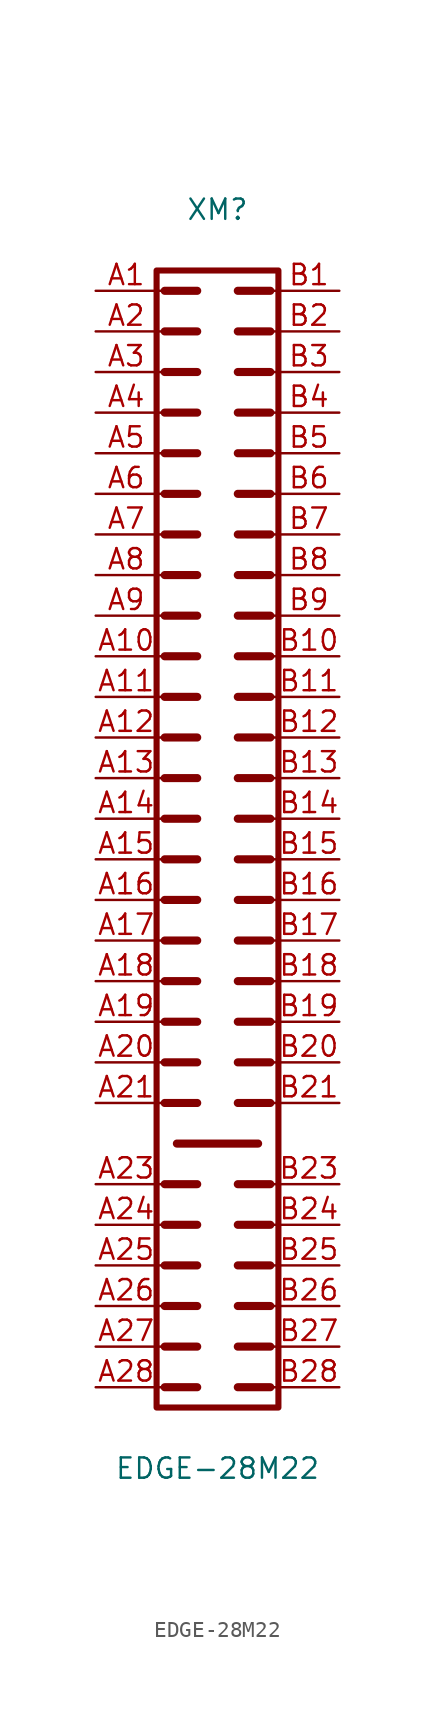
<source format=kicad_sym>
(kicad_symbol_lib
  (version 20231120)
  (generator "kicad_symbol_editor")
  (generator_version "8.0")
  (symbol "EDGE-28M22"
    (pin_names
      (offset 1.016))
    (property "Reference" "XM"
      (at 0 39.37 0)
      (effects (font (size 1.27 1.27))))
    (property "Value" "EDGE-28M22"
      (at 0 -39.37 0)
      (effects (font (size 1.27 1.27))))
    (symbol "EDGE-28M22_0_0"
      (polyline (pts (xy -2.54 -19.05) (xy 2.54 -19.05)) (stroke (width 0.508) (type default)) (fill (type none))))
    (symbol "EDGE-28M22_0_1"
      (rectangle (start -3.81 35.56) (end 3.81 -35.56) (stroke (width 0.381) (type default)) (fill (type none)))
      (polyline (pts (xy -3.81 -34.29) (xy -3.302 -34.29)) (stroke (width 0) (type default)) (fill (type none)))
      (polyline (pts (xy -3.81 -31.75) (xy -3.302 -31.75)) (stroke (width 0) (type default)) (fill (type none)))
      (polyline (pts (xy -3.81 -29.21) (xy -3.302 -29.21)) (stroke (width 0) (type default)) (fill (type none)))
      (polyline (pts (xy -3.81 -26.67) (xy -3.302 -26.67)) (stroke (width 0) (type default)) (fill (type none)))
      (polyline (pts (xy -3.81 -24.13) (xy -3.302 -24.13)) (stroke (width 0) (type default)) (fill (type none)))
      (polyline (pts (xy -3.81 -21.59) (xy -3.302 -21.59)) (stroke (width 0) (type default)) (fill (type none)))
      (polyline (pts (xy -3.81 -16.51) (xy -3.302 -16.51)) (stroke (width 0) (type default)) (fill (type none)))
      (polyline (pts (xy -3.81 -13.97) (xy -3.302 -13.97)) (stroke (width 0) (type default)) (fill (type none)))
      (polyline (pts (xy -3.81 -11.43) (xy -3.302 -11.43)) (stroke (width 0) (type default)) (fill (type none)))
      (polyline (pts (xy -3.81 -8.89) (xy -3.302 -8.89)) (stroke (width 0) (type default)) (fill (type none)))
      (polyline (pts (xy -3.81 -6.35) (xy -3.302 -6.35)) (stroke (width 0) (type default)) (fill (type none)))
      (polyline (pts (xy -3.81 -3.81) (xy -3.302 -3.81)) (stroke (width 0) (type default)) (fill (type none)))
      (polyline (pts (xy -3.81 -1.27) (xy -3.302 -1.27)) (stroke (width 0) (type default)) (fill (type none)))
      (polyline (pts (xy -3.81 1.27) (xy -3.302 1.27)) (stroke (width 0) (type default)) (fill (type none)))
      (polyline (pts (xy -3.81 3.81) (xy -3.302 3.81)) (stroke (width 0) (type default)) (fill (type none)))
      (polyline (pts (xy -3.81 6.35) (xy -3.302 6.35)) (stroke (width 0) (type default)) (fill (type none)))
      (polyline (pts (xy -3.81 8.89) (xy -3.302 8.89)) (stroke (width 0) (type default)) (fill (type none)))
      (polyline (pts (xy -3.81 11.43) (xy -3.302 11.43)) (stroke (width 0) (type default)) (fill (type none)))
      (polyline (pts (xy -3.81 13.97) (xy -3.302 13.97)) (stroke (width 0) (type default)) (fill (type none)))
      (polyline (pts (xy -3.81 16.51) (xy -3.302 16.51)) (stroke (width 0) (type default)) (fill (type none)))
      (polyline (pts (xy -3.81 19.05) (xy -3.302 19.05)) (stroke (width 0) (type default)) (fill (type none)))
      (polyline (pts (xy -3.81 21.59) (xy -3.302 21.59)) (stroke (width 0) (type default)) (fill (type none)))
      (polyline (pts (xy -3.81 24.13) (xy -3.302 24.13)) (stroke (width 0) (type default)) (fill (type none)))
      (polyline (pts (xy -3.81 26.67) (xy -3.302 26.67)) (stroke (width 0) (type default)) (fill (type none)))
      (polyline (pts (xy -3.81 29.21) (xy -3.302 29.21)) (stroke (width 0) (type default)) (fill (type none)))
      (polyline (pts (xy -3.81 31.75) (xy -3.302 31.75)) (stroke (width 0) (type default)) (fill (type none)))
      (polyline (pts (xy -3.81 34.29) (xy -3.302 34.29)) (stroke (width 0) (type default)) (fill (type none)))
      (polyline (pts (xy -3.302 -34.29) (xy -1.27 -34.29)) (stroke (width 0.508) (type default)) (fill (type none)))
      (polyline (pts (xy -3.302 -31.75) (xy -1.27 -31.75)) (stroke (width 0.508) (type default)) (fill (type none)))
      (polyline (pts (xy -3.302 -29.21) (xy -1.27 -29.21)) (stroke (width 0.508) (type default)) (fill (type none)))
      (polyline (pts (xy -3.302 -26.67) (xy -1.27 -26.67)) (stroke (width 0.508) (type default)) (fill (type none)))
      (polyline (pts (xy -3.302 -24.13) (xy -1.27 -24.13)) (stroke (width 0.508) (type default)) (fill (type none)))
      (polyline (pts (xy -3.302 -21.59) (xy -1.27 -21.59)) (stroke (width 0.508) (type default)) (fill (type none)))
      (polyline (pts (xy -3.302 -16.51) (xy -1.27 -16.51)) (stroke (width 0.508) (type default)) (fill (type none)))
      (polyline (pts (xy -3.302 -13.97) (xy -1.27 -13.97)) (stroke (width 0.508) (type default)) (fill (type none)))
      (polyline (pts (xy -3.302 -11.43) (xy -1.27 -11.43)) (stroke (width 0.508) (type default)) (fill (type none)))
      (polyline (pts (xy -3.302 -8.89) (xy -1.27 -8.89)) (stroke (width 0.508) (type default)) (fill (type none)))
      (polyline (pts (xy -3.302 -6.35) (xy -1.27 -6.35)) (stroke (width 0.508) (type default)) (fill (type none)))
      (polyline (pts (xy -3.302 -3.81) (xy -1.27 -3.81)) (stroke (width 0.508) (type default)) (fill (type none)))
      (polyline (pts (xy -3.302 -1.27) (xy -1.27 -1.27)) (stroke (width 0.508) (type default)) (fill (type none)))
      (polyline (pts (xy -3.302 1.27) (xy -1.27 1.27)) (stroke (width 0.508) (type default)) (fill (type none)))
      (polyline (pts (xy -3.302 3.81) (xy -1.27 3.81)) (stroke (width 0.508) (type default)) (fill (type none)))
      (polyline (pts (xy -3.302 6.35) (xy -1.27 6.35)) (stroke (width 0.508) (type default)) (fill (type none)))
      (polyline (pts (xy -3.302 8.89) (xy -1.27 8.89)) (stroke (width 0.508) (type default)) (fill (type none)))
      (polyline (pts (xy -3.302 11.43) (xy -1.27 11.43)) (stroke (width 0.508) (type default)) (fill (type none)))
      (polyline (pts (xy -3.302 13.97) (xy -1.27 13.97)) (stroke (width 0.508) (type default)) (fill (type none)))
      (polyline (pts (xy -3.302 16.51) (xy -1.27 16.51)) (stroke (width 0.508) (type default)) (fill (type none)))
      (polyline (pts (xy -3.302 19.05) (xy -1.27 19.05)) (stroke (width 0.508) (type default)) (fill (type none)))
      (polyline (pts (xy -3.302 21.59) (xy -1.27 21.59)) (stroke (width 0.508) (type default)) (fill (type none)))
      (polyline (pts (xy -3.302 24.13) (xy -1.27 24.13)) (stroke (width 0.508) (type default)) (fill (type none)))
      (polyline (pts (xy -3.302 26.67) (xy -1.27 26.67)) (stroke (width 0.508) (type default)) (fill (type none)))
      (polyline (pts (xy -3.302 29.21) (xy -1.27 29.21)) (stroke (width 0.508) (type default)) (fill (type none)))
      (polyline (pts (xy -3.302 31.75) (xy -1.27 31.75)) (stroke (width 0.508) (type default)) (fill (type none)))
      (polyline (pts (xy -3.302 34.29) (xy -1.27 34.29)) (stroke (width 0.508) (type default)) (fill (type none)))
      (polyline (pts (xy 3.302 -34.29) (xy 1.27 -34.29)) (stroke (width 0.508) (type default)) (fill (type none)))
      (polyline (pts (xy 3.302 -31.75) (xy 1.27 -31.75)) (stroke (width 0.508) (type default)) (fill (type none)))
      (polyline (pts (xy 3.302 -29.21) (xy 1.27 -29.21)) (stroke (width 0.508) (type default)) (fill (type none)))
      (polyline (pts (xy 3.302 -26.67) (xy 1.27 -26.67)) (stroke (width 0.508) (type default)) (fill (type none)))
      (polyline (pts (xy 3.302 -24.13) (xy 1.27 -24.13)) (stroke (width 0.508) (type default)) (fill (type none)))
      (polyline (pts (xy 3.302 -21.59) (xy 1.27 -21.59)) (stroke (width 0.508) (type default)) (fill (type none)))
      (polyline (pts (xy 3.302 -16.51) (xy 1.27 -16.51)) (stroke (width 0.508) (type default)) (fill (type none)))
      (polyline (pts (xy 3.302 -13.97) (xy 1.27 -13.97)) (stroke (width 0.508) (type default)) (fill (type none)))
      (polyline (pts (xy 3.302 -11.43) (xy 1.27 -11.43)) (stroke (width 0.508) (type default)) (fill (type none)))
      (polyline (pts (xy 3.302 -8.89) (xy 1.27 -8.89)) (stroke (width 0.508) (type default)) (fill (type none)))
      (polyline (pts (xy 3.302 -6.35) (xy 1.27 -6.35)) (stroke (width 0.508) (type default)) (fill (type none)))
      (polyline (pts (xy 3.302 -3.81) (xy 1.27 -3.81)) (stroke (width 0.508) (type default)) (fill (type none)))
      (polyline (pts (xy 3.302 -1.27) (xy 1.27 -1.27)) (stroke (width 0.508) (type default)) (fill (type none)))
      (polyline (pts (xy 3.302 1.27) (xy 1.27 1.27)) (stroke (width 0.508) (type default)) (fill (type none)))
      (polyline (pts (xy 3.302 3.81) (xy 1.27 3.81)) (stroke (width 0.508) (type default)) (fill (type none)))
      (polyline (pts (xy 3.302 6.35) (xy 1.27 6.35)) (stroke (width 0.508) (type default)) (fill (type none)))
      (polyline (pts (xy 3.302 8.89) (xy 1.27 8.89)) (stroke (width 0.508) (type default)) (fill (type none)))
      (polyline (pts (xy 3.302 11.43) (xy 1.27 11.43)) (stroke (width 0.508) (type default)) (fill (type none)))
      (polyline (pts (xy 3.302 13.97) (xy 1.27 13.97)) (stroke (width 0.508) (type default)) (fill (type none)))
      (polyline (pts (xy 3.302 16.51) (xy 1.27 16.51)) (stroke (width 0.508) (type default)) (fill (type none)))
      (polyline (pts (xy 3.302 19.05) (xy 1.27 19.05)) (stroke (width 0.508) (type default)) (fill (type none)))
      (polyline (pts (xy 3.302 21.59) (xy 1.27 21.59)) (stroke (width 0.508) (type default)) (fill (type none)))
      (polyline (pts (xy 3.302 24.13) (xy 1.27 24.13)) (stroke (width 0.508) (type default)) (fill (type none)))
      (polyline (pts (xy 3.302 26.67) (xy 1.27 26.67)) (stroke (width 0.508) (type default)) (fill (type none)))
      (polyline (pts (xy 3.302 29.21) (xy 1.27 29.21)) (stroke (width 0.508) (type default)) (fill (type none)))
      (polyline (pts (xy 3.302 31.75) (xy 1.27 31.75)) (stroke (width 0.508) (type default)) (fill (type none)))
      (polyline (pts (xy 3.302 34.29) (xy 1.27 34.29)) (stroke (width 0.508) (type default)) (fill (type none)))
      (polyline (pts (xy 3.81 -34.29) (xy 3.302 -34.29)) (stroke (width 0) (type default)) (fill (type none)))
      (polyline (pts (xy 3.81 -31.75) (xy 3.302 -31.75)) (stroke (width 0) (type default)) (fill (type none)))
      (polyline (pts (xy 3.81 -29.21) (xy 3.302 -29.21)) (stroke (width 0) (type default)) (fill (type none)))
      (polyline (pts (xy 3.81 -26.67) (xy 3.302 -26.67)) (stroke (width 0) (type default)) (fill (type none)))
      (polyline (pts (xy 3.81 -24.13) (xy 3.302 -24.13)) (stroke (width 0) (type default)) (fill (type none)))
      (polyline (pts (xy 3.81 -21.59) (xy 3.302 -21.59)) (stroke (width 0) (type default)) (fill (type none)))
      (polyline (pts (xy 3.81 -16.51) (xy 3.302 -16.51)) (stroke (width 0) (type default)) (fill (type none)))
      (polyline (pts (xy 3.81 -13.97) (xy 3.302 -13.97)) (stroke (width 0) (type default)) (fill (type none)))
      (polyline (pts (xy 3.81 -11.43) (xy 3.302 -11.43)) (stroke (width 0) (type default)) (fill (type none)))
      (polyline (pts (xy 3.81 -8.89) (xy 3.302 -8.89)) (stroke (width 0) (type default)) (fill (type none)))
      (polyline (pts (xy 3.81 -6.35) (xy 3.302 -6.35)) (stroke (width 0) (type default)) (fill (type none)))
      (polyline (pts (xy 3.81 -3.81) (xy 3.302 -3.81)) (stroke (width 0) (type default)) (fill (type none)))
      (polyline (pts (xy 3.81 -1.27) (xy 3.302 -1.27)) (stroke (width 0) (type default)) (fill (type none)))
      (polyline (pts (xy 3.81 1.27) (xy 3.302 1.27)) (stroke (width 0) (type default)) (fill (type none)))
      (polyline (pts (xy 3.81 3.81) (xy 3.302 3.81)) (stroke (width 0) (type default)) (fill (type none)))
      (polyline (pts (xy 3.81 6.35) (xy 3.302 6.35)) (stroke (width 0) (type default)) (fill (type none)))
      (polyline (pts (xy 3.81 8.89) (xy 3.302 8.89)) (stroke (width 0) (type default)) (fill (type none)))
      (polyline (pts (xy 3.81 11.43) (xy 3.302 11.43)) (stroke (width 0) (type default)) (fill (type none)))
      (polyline (pts (xy 3.81 13.97) (xy 3.302 13.97)) (stroke (width 0) (type default)) (fill (type none)))
      (polyline (pts (xy 3.81 16.51) (xy 3.302 16.51)) (stroke (width 0) (type default)) (fill (type none)))
      (polyline (pts (xy 3.81 19.05) (xy 3.302 19.05)) (stroke (width 0) (type default)) (fill (type none)))
      (polyline (pts (xy 3.81 21.59) (xy 3.302 21.59)) (stroke (width 0) (type default)) (fill (type none)))
      (polyline (pts (xy 3.81 24.13) (xy 3.302 24.13)) (stroke (width 0) (type default)) (fill (type none)))
      (polyline (pts (xy 3.81 26.67) (xy 3.302 26.67)) (stroke (width 0) (type default)) (fill (type none)))
      (polyline (pts (xy 3.81 29.21) (xy 3.302 29.21)) (stroke (width 0) (type default)) (fill (type none)))
      (polyline (pts (xy 3.81 31.75) (xy 3.302 31.75)) (stroke (width 0) (type default)) (fill (type none)))
      (polyline (pts (xy 3.81 34.29) (xy 3.302 34.29)) (stroke (width 0) (type default)) (fill (type none))))
    (symbol "EDGE-28M22_1_1"
      (pin passive line (at -7.62 34.29 0) (length 3.81) (name "~" (effects (font (size 1.27 1.27)))) (number "A1" (effects (font (size 1.27 1.27)))))
      (pin passive line (at -7.62 11.43 0) (length 3.81) (name "~" (effects (font (size 1.27 1.27)))) (number "A10" (effects (font (size 1.27 1.27)))))
      (pin passive line (at -7.62 8.89 0) (length 3.81) (name "~" (effects (font (size 1.27 1.27)))) (number "A11" (effects (font (size 1.27 1.27)))))
      (pin passive line (at -7.62 6.35 0) (length 3.81) (name "~" (effects (font (size 1.27 1.27)))) (number "A12" (effects (font (size 1.27 1.27)))))
      (pin passive line (at -7.62 3.81 0) (length 3.81) (name "~" (effects (font (size 1.27 1.27)))) (number "A13" (effects (font (size 1.27 1.27)))))
      (pin passive line (at -7.62 1.27 0) (length 3.81) (name "~" (effects (font (size 1.27 1.27)))) (number "A14" (effects (font (size 1.27 1.27)))))
      (pin passive line (at -7.62 -1.27 0) (length 3.81) (name "~" (effects (font (size 1.27 1.27)))) (number "A15" (effects (font (size 1.27 1.27)))))
      (pin passive line (at -7.62 -3.81 0) (length 3.81) (name "~" (effects (font (size 1.27 1.27)))) (number "A16" (effects (font (size 1.27 1.27)))))
      (pin passive line (at -7.62 -6.35 0) (length 3.81) (name "~" (effects (font (size 1.27 1.27)))) (number "A17" (effects (font (size 1.27 1.27)))))
      (pin passive line (at -7.62 -8.89 0) (length 3.81) (name "~" (effects (font (size 1.27 1.27)))) (number "A18" (effects (font (size 1.27 1.27)))))
      (pin passive line (at -7.62 -11.43 0) (length 3.81) (name "~" (effects (font (size 1.27 1.27)))) (number "A19" (effects (font (size 1.27 1.27)))))
      (pin passive line (at -7.62 31.75 0) (length 3.81) (name "~" (effects (font (size 1.27 1.27)))) (number "A2" (effects (font (size 1.27 1.27)))))
      (pin passive line (at -7.62 -13.97 0) (length 3.81) (name "~" (effects (font (size 1.27 1.27)))) (number "A20" (effects (font (size 1.27 1.27)))))
      (pin passive line (at -7.62 -16.51 0) (length 3.81) (name "~" (effects (font (size 1.27 1.27)))) (number "A21" (effects (font (size 1.27 1.27)))))
      (pin passive line (at -7.62 -21.59 0) (length 3.81) (name "~" (effects (font (size 1.27 1.27)))) (number "A23" (effects (font (size 1.27 1.27)))))
      (pin passive line (at -7.62 -24.13 0) (length 3.81) (name "~" (effects (font (size 1.27 1.27)))) (number "A24" (effects (font (size 1.27 1.27)))))
      (pin passive line (at -7.62 -26.67 0) (length 3.81) (name "~" (effects (font (size 1.27 1.27)))) (number "A25" (effects (font (size 1.27 1.27)))))
      (pin passive line (at -7.62 -29.21 0) (length 3.81) (name "~" (effects (font (size 1.27 1.27)))) (number "A26" (effects (font (size 1.27 1.27)))))
      (pin passive line (at -7.62 -31.75 0) (length 3.81) (name "~" (effects (font (size 1.27 1.27)))) (number "A27" (effects (font (size 1.27 1.27)))))
      (pin passive line (at -7.62 -34.29 0) (length 3.81) (name "~" (effects (font (size 1.27 1.27)))) (number "A28" (effects (font (size 1.27 1.27)))))
      (pin passive line (at -7.62 29.21 0) (length 3.81) (name "~" (effects (font (size 1.27 1.27)))) (number "A3" (effects (font (size 1.27 1.27)))))
      (pin passive line (at -7.62 26.67 0) (length 3.81) (name "~" (effects (font (size 1.27 1.27)))) (number "A4" (effects (font (size 1.27 1.27)))))
      (pin passive line (at -7.62 24.13 0) (length 3.81) (name "~" (effects (font (size 1.27 1.27)))) (number "A5" (effects (font (size 1.27 1.27)))))
      (pin passive line (at -7.62 21.59 0) (length 3.81) (name "~" (effects (font (size 1.27 1.27)))) (number "A6" (effects (font (size 1.27 1.27)))))
      (pin passive line (at -7.62 19.05 0) (length 3.81) (name "~" (effects (font (size 1.27 1.27)))) (number "A7" (effects (font (size 1.27 1.27)))))
      (pin passive line (at -7.62 16.51 0) (length 3.81) (name "~" (effects (font (size 1.27 1.27)))) (number "A8" (effects (font (size 1.27 1.27)))))
      (pin passive line (at -7.62 13.97 0) (length 3.81) (name "~" (effects (font (size 1.27 1.27)))) (number "A9" (effects (font (size 1.27 1.27)))))
      (pin passive line (at 7.62 34.29 180) (length 3.81) (name "~" (effects (font (size 1.27 1.27)))) (number "B1" (effects (font (size 1.27 1.27)))))
      (pin passive line (at 7.62 11.43 180) (length 3.81) (name "~" (effects (font (size 1.27 1.27)))) (number "B10" (effects (font (size 1.27 1.27)))))
      (pin passive line (at 7.62 8.89 180) (length 3.81) (name "~" (effects (font (size 1.27 1.27)))) (number "B11" (effects (font (size 1.27 1.27)))))
      (pin passive line (at 7.62 6.35 180) (length 3.81) (name "~" (effects (font (size 1.27 1.27)))) (number "B12" (effects (font (size 1.27 1.27)))))
      (pin passive line (at 7.62 3.81 180) (length 3.81) (name "~" (effects (font (size 1.27 1.27)))) (number "B13" (effects (font (size 1.27 1.27)))))
      (pin passive line (at 7.62 1.27 180) (length 3.81) (name "~" (effects (font (size 1.27 1.27)))) (number "B14" (effects (font (size 1.27 1.27)))))
      (pin passive line (at 7.62 -1.27 180) (length 3.81) (name "~" (effects (font (size 1.27 1.27)))) (number "B15" (effects (font (size 1.27 1.27)))))
      (pin passive line (at 7.62 -3.81 180) (length 3.81) (name "~" (effects (font (size 1.27 1.27)))) (number "B16" (effects (font (size 1.27 1.27)))))
      (pin passive line (at 7.62 -6.35 180) (length 3.81) (name "~" (effects (font (size 1.27 1.27)))) (number "B17" (effects (font (size 1.27 1.27)))))
      (pin passive line (at 7.62 -8.89 180) (length 3.81) (name "~" (effects (font (size 1.27 1.27)))) (number "B18" (effects (font (size 1.27 1.27)))))
      (pin passive line (at 7.62 -11.43 180) (length 3.81) (name "~" (effects (font (size 1.27 1.27)))) (number "B19" (effects (font (size 1.27 1.27)))))
      (pin passive line (at 7.62 31.75 180) (length 3.81) (name "~" (effects (font (size 1.27 1.27)))) (number "B2" (effects (font (size 1.27 1.27)))))
      (pin passive line (at 7.62 -13.97 180) (length 3.81) (name "~" (effects (font (size 1.27 1.27)))) (number "B20" (effects (font (size 1.27 1.27)))))
      (pin passive line (at 7.62 -16.51 180) (length 3.81) (name "~" (effects (font (size 1.27 1.27)))) (number "B21" (effects (font (size 1.27 1.27)))))
      (pin passive line (at 7.62 -21.59 180) (length 3.81) (name "~" (effects (font (size 1.27 1.27)))) (number "B23" (effects (font (size 1.27 1.27)))))
      (pin passive line (at 7.62 -24.13 180) (length 3.81) (name "~" (effects (font (size 1.27 1.27)))) (number "B24" (effects (font (size 1.27 1.27)))))
      (pin passive line (at 7.62 -26.67 180) (length 3.81) (name "~" (effects (font (size 1.27 1.27)))) (number "B25" (effects (font (size 1.27 1.27)))))
      (pin passive line (at 7.62 -29.21 180) (length 3.81) (name "~" (effects (font (size 1.27 1.27)))) (number "B26" (effects (font (size 1.27 1.27)))))
      (pin passive line (at 7.62 -31.75 180) (length 3.81) (name "~" (effects (font (size 1.27 1.27)))) (number "B27" (effects (font (size 1.27 1.27)))))
      (pin passive line (at 7.62 -34.29 180) (length 3.81) (name "~" (effects (font (size 1.27 1.27)))) (number "B28" (effects (font (size 1.27 1.27)))))
      (pin passive line (at 7.62 29.21 180) (length 3.81) (name "~" (effects (font (size 1.27 1.27)))) (number "B3" (effects (font (size 1.27 1.27)))))
      (pin passive line (at 7.62 26.67 180) (length 3.81) (name "~" (effects (font (size 1.27 1.27)))) (number "B4" (effects (font (size 1.27 1.27)))))
      (pin passive line (at 7.62 24.13 180) (length 3.81) (name "~" (effects (font (size 1.27 1.27)))) (number "B5" (effects (font (size 1.27 1.27)))))
      (pin passive line (at 7.62 21.59 180) (length 3.81) (name "~" (effects (font (size 1.27 1.27)))) (number "B6" (effects (font (size 1.27 1.27)))))
      (pin passive line (at 7.62 19.05 180) (length 3.81) (name "~" (effects (font (size 1.27 1.27)))) (number "B7" (effects (font (size 1.27 1.27)))))
      (pin passive line (at 7.62 16.51 180) (length 3.81) (name "~" (effects (font (size 1.27 1.27)))) (number "B8" (effects (font (size 1.27 1.27)))))
      (pin passive line (at 7.62 13.97 180) (length 3.81) (name "~" (effects (font (size 1.27 1.27)))) (number "B9" (effects (font (size 1.27 1.27))))))))
</source>
